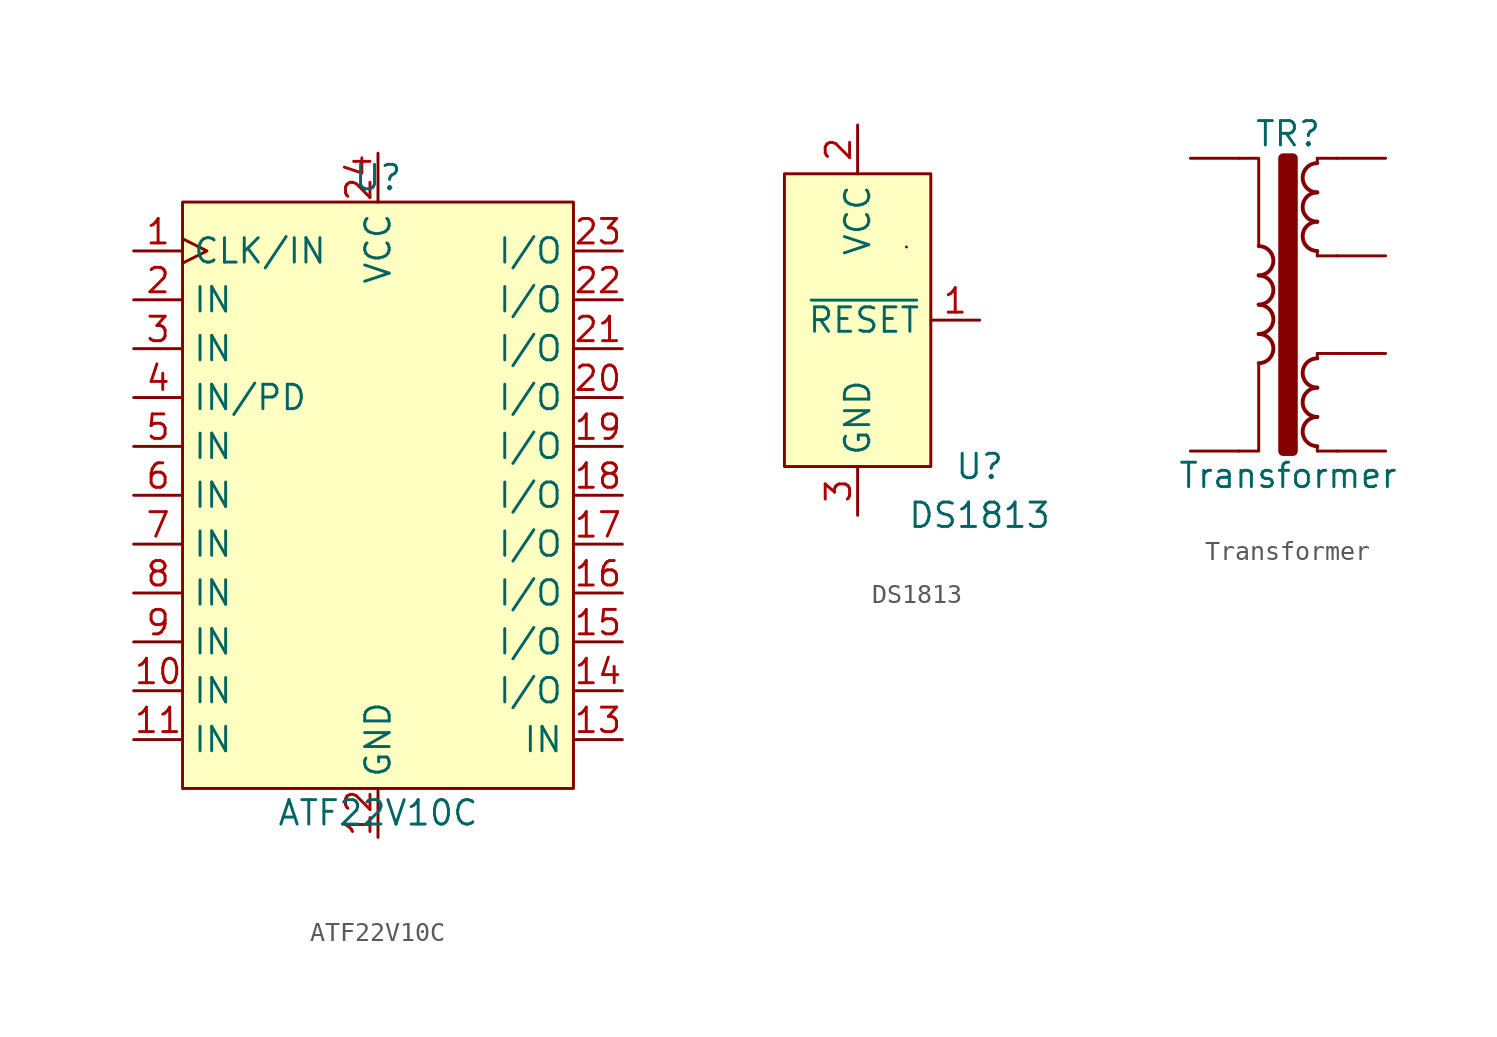
<source format=kicad_sym>
(kicad_symbol_lib
  (version 20211014)
  (generator kicad_symbol_editor)
  (symbol "ATF22V10C"
    (property "Reference" "U"
      (at 0 0 0)
      (effects (font (size 1.27 1.27))))
    (property "Value" "ATF22V10C"
      (at 0 -33.02 0)
      (effects (font (size 1.27 1.27))))
    (symbol "ATF22V10C_0_1"
      (rectangle (start -10.16 -1.27) (end 10.16 -31.75) (stroke (width 0.152) (type default) (color 0 0 0 0)) (fill (type background))))
    (symbol "ATF22V10C_1_1"
      (pin input clock (at -12.7 -3.81 0) (length 2.54) (name "CLK/IN" (effects (font (size 1.27 1.27)))) (number "1" (effects (font (size 1.27 1.27)))))
      (pin input line (at -12.7 -26.67 0) (length 2.54) (name "IN" (effects (font (size 1.27 1.27)))) (number "10" (effects (font (size 1.27 1.27)))))
      (pin input line (at -12.7 -29.21 0) (length 2.54) (name "IN" (effects (font (size 1.27 1.27)))) (number "11" (effects (font (size 1.27 1.27)))))
      (pin power_out line (at 0 -34.29 90) (length 2.54) (name "GND" (effects (font (size 1.27 1.27)))) (number "12" (effects (font (size 1.27 1.27)))))
      (pin input line (at 12.7 -29.21 180) (length 2.54) (name "IN" (effects (font (size 1.27 1.27)))) (number "13" (effects (font (size 1.27 1.27)))))
      (pin bidirectional line (at 12.7 -26.67 180) (length 2.54) (name "I/O" (effects (font (size 1.27 1.27)))) (number "14" (effects (font (size 1.27 1.27)))))
      (pin bidirectional line (at 12.7 -24.13 180) (length 2.54) (name "I/O" (effects (font (size 1.27 1.27)))) (number "15" (effects (font (size 1.27 1.27)))))
      (pin bidirectional line (at 12.7 -21.59 180) (length 2.54) (name "I/O" (effects (font (size 1.27 1.27)))) (number "16" (effects (font (size 1.27 1.27)))))
      (pin bidirectional line (at 12.7 -19.05 180) (length 2.54) (name "I/O" (effects (font (size 1.27 1.27)))) (number "17" (effects (font (size 1.27 1.27)))))
      (pin bidirectional line (at 12.7 -16.51 180) (length 2.54) (name "I/O" (effects (font (size 1.27 1.27)))) (number "18" (effects (font (size 1.27 1.27)))))
      (pin bidirectional line (at 12.7 -13.97 180) (length 2.54) (name "I/O" (effects (font (size 1.27 1.27)))) (number "19" (effects (font (size 1.27 1.27)))))
      (pin input line (at -12.7 -6.35 0) (length 2.54) (name "IN" (effects (font (size 1.27 1.27)))) (number "2" (effects (font (size 1.27 1.27)))))
      (pin bidirectional line (at 12.7 -11.43 180) (length 2.54) (name "I/O" (effects (font (size 1.27 1.27)))) (number "20" (effects (font (size 1.27 1.27)))))
      (pin bidirectional line (at 12.7 -8.89 180) (length 2.54) (name "I/O" (effects (font (size 1.27 1.27)))) (number "21" (effects (font (size 1.27 1.27)))))
      (pin bidirectional line (at 12.7 -6.35 180) (length 2.54) (name "I/O" (effects (font (size 1.27 1.27)))) (number "22" (effects (font (size 1.27 1.27)))))
      (pin bidirectional line (at 12.7 -3.81 180) (length 2.54) (name "I/O" (effects (font (size 1.27 1.27)))) (number "23" (effects (font (size 1.27 1.27)))))
      (pin power_in line (at 0 1.27 270) (length 2.54) (name "VCC" (effects (font (size 1.27 1.27)))) (number "24" (effects (font (size 1.27 1.27)))))
      (pin input line (at -12.7 -8.89 0) (length 2.54) (name "IN" (effects (font (size 1.27 1.27)))) (number "3" (effects (font (size 1.27 1.27)))))
      (pin input line (at -12.7 -11.43 0) (length 2.54) (name "IN/PD" (effects (font (size 1.27 1.27)))) (number "4" (effects (font (size 1.27 1.27)))))
      (pin input line (at -12.7 -13.97 0) (length 2.54) (name "IN" (effects (font (size 1.27 1.27)))) (number "5" (effects (font (size 1.27 1.27)))))
      (pin input line (at -12.7 -16.51 0) (length 2.54) (name "IN" (effects (font (size 1.27 1.27)))) (number "6" (effects (font (size 1.27 1.27)))))
      (pin input line (at -12.7 -19.05 0) (length 2.54) (name "IN" (effects (font (size 1.27 1.27)))) (number "7" (effects (font (size 1.27 1.27)))))
      (pin input line (at -12.7 -21.59 0) (length 2.54) (name "IN" (effects (font (size 1.27 1.27)))) (number "8" (effects (font (size 1.27 1.27)))))
      (pin input line (at -12.7 -24.13 0) (length 2.54) (name "IN" (effects (font (size 1.27 1.27)))) (number "9" (effects (font (size 1.27 1.27)))))))
  (symbol "DS1813"
    (property "Reference" "U"
      (at 6.35 -16.51 0)
      (effects (font (size 1.27 1.27))))
    (property "Value" "DS1813"
      (at 6.35 -19.05 0)
      (effects (font (size 1.27 1.27))))
    (symbol "DS1813_0_1"
      (rectangle (start -3.81 -1.27) (end 3.81 -16.51) (stroke (width 0.152) (type default) (color 0 0 0 0)) (fill (type background)))
      (rectangle (start 2.54 -5.08) (end 2.54 -5.08) (stroke (width 0.152) (type default) (color 0 0 0 0)) (fill (type none))))
    (symbol "DS1813_1_1"
      (pin power_out line (at 6.35 -8.89 180) (length 2.54) (name "~{RESET}" (effects (font (size 1.27 1.27)))) (number "1" (effects (font (size 1.27 1.27)))))
      (pin power_in line (at 0 1.27 270) (length 2.54) (name "VCC" (effects (font (size 1.27 1.27)))) (number "2" (effects (font (size 1.27 1.27)))))
      (pin power_out line (at 0 -19.05 90) (length 2.54) (name "GND" (effects (font (size 1.27 1.27)))) (number "3" (effects (font (size 1.27 1.27)))))))
  (symbol "Transformer"
    (pin_numbers hide)
    (pin_names
      (offset 0))
    (property "Reference" "TR"
      (at 0 8.89 0)
      (effects (font (size 1.27 1.27))))
    (property "Value" "Transformer"
      (at 0 -8.89 0)
      (effects (font (size 1.27 1.27))))
    (symbol "Transformer_0_1"
      (arc (start -1.524 -3.048) (mid -0.762 -2.286) (end -1.524 -1.524) (stroke (width 0.2032) (type default) (color 0 0 0 0)) (fill (type none)))
      (arc (start -1.524 -1.524) (mid -0.762 -0.762) (end -1.524 0) (stroke (width 0.2032) (type default) (color 0 0 0 0)) (fill (type none)))
      (arc (start -1.524 0) (mid -0.762 0.762) (end -1.524 1.524) (stroke (width 0.2032) (type default) (color 0 0 0 0)) (fill (type none)))
      (arc (start -1.524 1.524) (mid -0.762 2.286) (end -1.524 3.048) (stroke (width 0.2032) (type default) (color 0 0 0 0)) (fill (type none)))
      (rectangle (start -0.254 7.62) (end 0.254 -7.62) (stroke (width 0.508) (type default) (color 0 0 0 0)) (fill (type outline)))
      (polyline (pts (xy -1.524 3.048) (xy -1.524 7.62) (xy -2.54 7.62)) (stroke (width 0) (type default) (color 0 0 0 0)) (fill (type none)))
      (polyline (pts (xy 1.524 -7.366) (xy 1.524 -7.62) (xy 1.524 -7.62)) (stroke (width 0) (type default) (color 0 0 0 0)) (fill (type outline)))
      (polyline (pts (xy 1.524 -2.54) (xy 1.524 -2.794) (xy 1.524 -2.794)) (stroke (width 0) (type default) (color 0 0 0 0)) (fill (type outline)))
      (polyline (pts (xy 1.524 -2.54) (xy 2.54 -2.54) (xy 2.54 -2.54)) (stroke (width 0) (type default) (color 0 0 0 0)) (fill (type none)))
      (polyline (pts (xy 1.524 2.54) (xy 1.524 2.794) (xy 1.524 2.794)) (stroke (width 0) (type default) (color 0 0 0 0)) (fill (type outline)))
      (polyline (pts (xy 1.524 2.54) (xy 2.54 2.54) (xy 2.54 2.54)) (stroke (width 0) (type default) (color 0 0 0 0)) (fill (type none)))
      (polyline (pts (xy 1.524 7.62) (xy 1.524 7.366) (xy 1.524 7.366)) (stroke (width 0) (type default) (color 0 0 0 0)) (fill (type outline)))
      (polyline (pts (xy 1.524 7.62) (xy 2.54 7.62) (xy 2.54 7.62)) (stroke (width 0) (type default) (color 0 0 0 0)) (fill (type none)))
      (polyline (pts (xy 2.54 -7.62) (xy 1.524 -7.62) (xy 1.524 -7.62)) (stroke (width 0) (type default) (color 0 0 0 0)) (fill (type none)))
      (polyline (pts (xy -2.54 -7.62) (xy -1.524 -7.62) (xy -1.524 -3.048) (xy -1.524 -4.318)) (stroke (width 0) (type default) (color 0 0 0 0)) (fill (type none)))
      (arc (start 1.524 -5.842) (mid 0.762 -6.604) (end 1.524 -7.366) (stroke (width 0.2032) (type default) (color 0 0 0 0)) (fill (type none)))
      (arc (start 1.524 -4.318) (mid 0.762 -5.08) (end 1.524 -5.842) (stroke (width 0.2032) (type default) (color 0 0 0 0)) (fill (type none)))
      (arc (start 1.524 -2.794) (mid 0.762 -3.556) (end 1.524 -4.318) (stroke (width 0.2032) (type default) (color 0 0 0 0)) (fill (type none)))
      (arc (start 1.524 4.318) (mid 0.762 3.556) (end 1.524 2.794) (stroke (width 0.2032) (type default) (color 0 0 0 0)) (fill (type none)))
      (arc (start 1.524 5.842) (mid 0.762 5.08) (end 1.524 4.318) (stroke (width 0.2032) (type default) (color 0 0 0 0)) (fill (type none)))
      (arc (start 1.524 7.366) (mid 0.762 6.604) (end 1.524 5.842) (stroke (width 0.2032) (type default) (color 0 0 0 0)) (fill (type none))))
    (symbol "Transformer_1_1"
      (pin passive line (at -5.08 -7.62 0) (length 2.54) (name "~" (effects (font (size 1.27 1.27)))) (number "1" (effects (font (size 1.27 1.27)))))
      (pin passive line (at 5.08 -2.54 180) (length 2.54) (name "~" (effects (font (size 1.27 1.27)))) (number "11" (effects (font (size 1.27 1.27)))))
      (pin passive line (at 5.08 -7.62 180) (length 2.54) (name "~" (effects (font (size 1.27 1.27)))) (number "12" (effects (font (size 1.27 1.27)))))
      (pin passive line (at -5.08 7.62 0) (length 2.54) (name "~" (effects (font (size 1.27 1.27)))) (number "6" (effects (font (size 1.27 1.27)))))
      (pin passive line (at 5.08 7.62 180) (length 2.54) (name "~" (effects (font (size 1.27 1.27)))) (number "7" (effects (font (size 1.27 1.27)))))
      (pin passive line (at 5.08 2.54 180) (length 2.54) (name "~" (effects (font (size 1.27 1.27)))) (number "8" (effects (font (size 1.27 1.27))))))))
</source>
